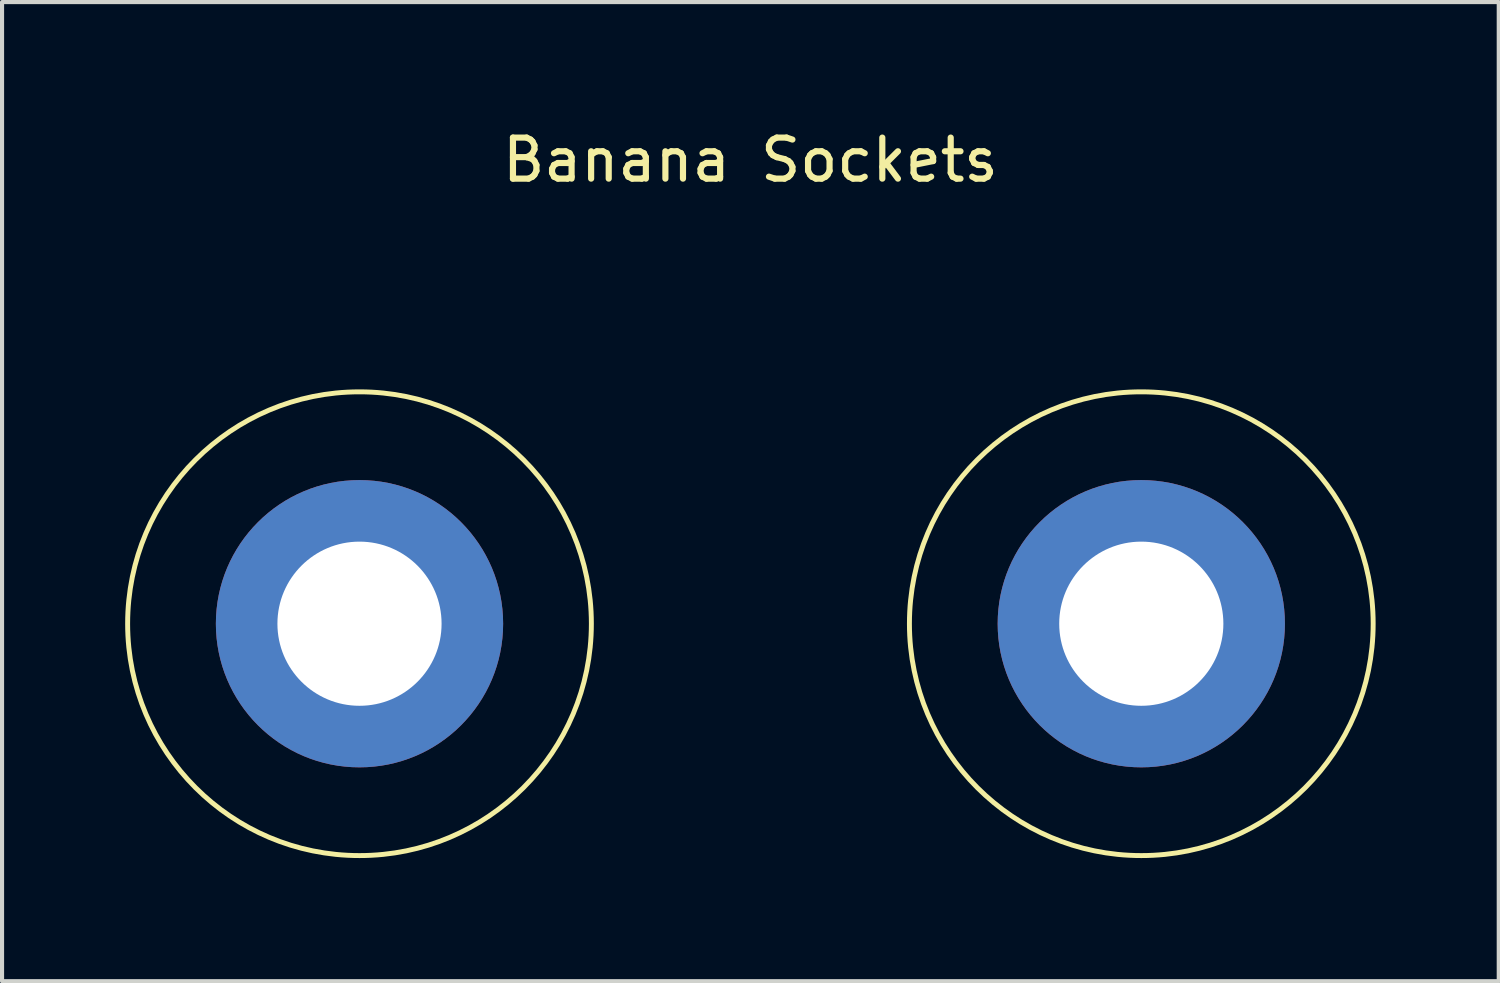
<source format=kicad_pcb>
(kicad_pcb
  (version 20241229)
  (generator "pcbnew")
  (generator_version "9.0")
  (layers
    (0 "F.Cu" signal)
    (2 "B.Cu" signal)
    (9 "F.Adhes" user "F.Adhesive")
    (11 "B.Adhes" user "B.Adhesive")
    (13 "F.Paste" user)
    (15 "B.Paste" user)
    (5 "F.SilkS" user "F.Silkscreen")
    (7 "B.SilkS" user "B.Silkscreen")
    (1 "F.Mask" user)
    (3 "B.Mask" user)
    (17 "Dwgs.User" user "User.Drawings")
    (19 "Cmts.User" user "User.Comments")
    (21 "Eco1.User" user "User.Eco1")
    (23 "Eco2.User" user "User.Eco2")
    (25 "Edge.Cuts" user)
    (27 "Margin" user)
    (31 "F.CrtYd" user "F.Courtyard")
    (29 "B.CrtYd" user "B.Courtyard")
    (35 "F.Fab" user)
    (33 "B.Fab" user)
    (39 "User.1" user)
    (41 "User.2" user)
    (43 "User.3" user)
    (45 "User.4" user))
  (footprint "Banana Sockets"
    (layer "F.Cu")
    (at 15.235 12.148)
    (property "Reference" "Banana Sockets" (at 0 -11.3 0) (layer "F.SilkS") (effects (font (size 1 1) (thickness 0.15))))
    (attr through_hole)
    (fp_circle (center -9.525 0) (end -15.175 0) (stroke (width 0.12) (type solid)) (fill no) (layer "F.SilkS"))
    (fp_circle (center 9.525 0) (end 3.875 0) (stroke (width 0.12) (type solid)) (fill no) (layer "F.SilkS"))
    (pad "1" thru_hole circle (at 9.525 0) (size 7 7) (drill 4) (layers "*.Cu" "*.Mask"))
    (pad "2" thru_hole circle (at -9.525 0) (size 7 7) (drill 4) (layers "*.Cu" "*.Mask")))
  (gr_rect
    (start -3 -3)
    (end 33.47 20.858)
    (stroke (width 0.1) (type default))
    (fill no)
    (layer "Edge.Cuts")))
</source>
